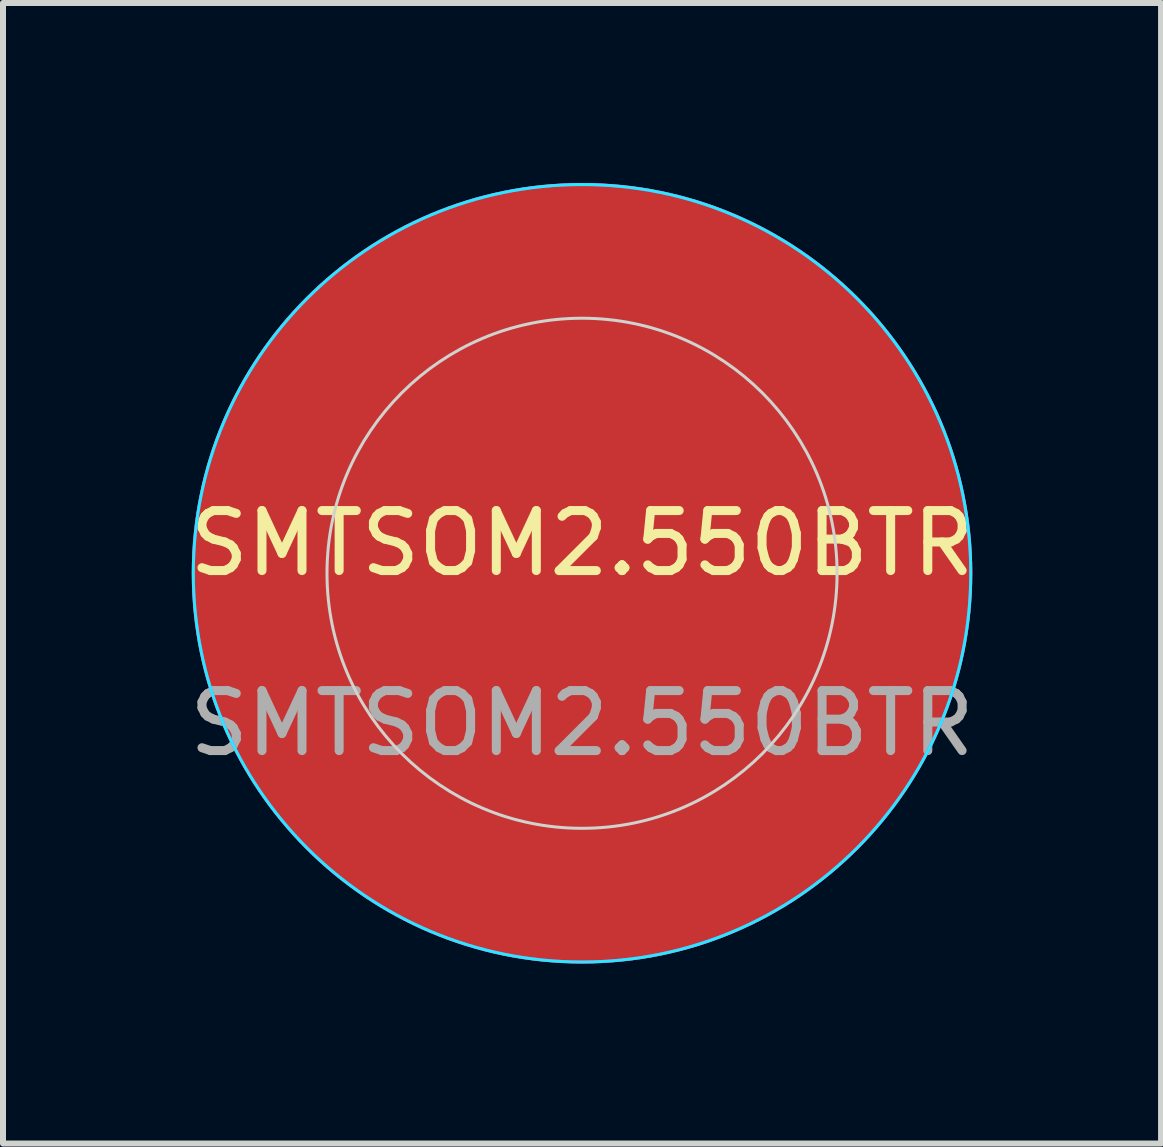
<source format=kicad_pcb>
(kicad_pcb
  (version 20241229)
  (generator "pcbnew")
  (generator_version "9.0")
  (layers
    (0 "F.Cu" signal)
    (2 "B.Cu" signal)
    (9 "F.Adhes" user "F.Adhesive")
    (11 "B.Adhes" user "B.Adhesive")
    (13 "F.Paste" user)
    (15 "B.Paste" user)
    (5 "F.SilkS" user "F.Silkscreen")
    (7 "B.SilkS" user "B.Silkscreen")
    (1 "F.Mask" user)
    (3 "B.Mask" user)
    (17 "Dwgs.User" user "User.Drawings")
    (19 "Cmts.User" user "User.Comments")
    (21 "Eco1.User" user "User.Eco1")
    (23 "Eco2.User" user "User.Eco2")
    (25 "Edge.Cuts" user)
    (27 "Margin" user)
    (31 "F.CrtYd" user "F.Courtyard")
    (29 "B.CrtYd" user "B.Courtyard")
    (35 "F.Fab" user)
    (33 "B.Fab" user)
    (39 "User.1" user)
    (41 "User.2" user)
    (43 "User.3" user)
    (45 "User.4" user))
  (footprint "SMTSOM2.550BTR"
    (layer "F.Cu")
    (at 6.649 6.503)
    (property "Reference" "SMTSOM2.550BTR" (at 0 -0.5 0) (unlocked yes) (layer "F.SilkS") (effects (font (size 1 1) (thickness 0.15))))
    (attr through_hole)
    (fp_circle (center 0 0) (end 6.478 0) (stroke (width 0.05) (type solid)) (fill yes) (layer "F.Cu"))
    (fp_circle (center 0 0) (end 6.478 0) (stroke (width 0.05) (type solid)) (fill yes) (layer "F.Mask"))
    (fp_circle (center 0 0) (end 4.25 0) (stroke (width 0.05) (type default)) (fill no) (layer "Edge.Cuts"))
    (fp_circle (center 0 0) (end 6.478 0) (stroke (width 0.05) (type solid)) (fill no) (layer "B.CrtYd"))
    (fp_circle (center 0 0) (end 6.478 0) (stroke (width 0.05) (type solid)) (fill no) (layer "F.CrtYd"))
    (fp_text user "${REFERENCE}" (at 0 2.5 0) (unlocked yes) (layer "F.Fab") (effects (font (size 1 1) (thickness 0.15)))))
  (gr_rect
    (start -3 -3)
    (end 16.298 16.006)
    (stroke (width 0.1) (type default))
    (fill no)
    (layer "Edge.Cuts")))
</source>
